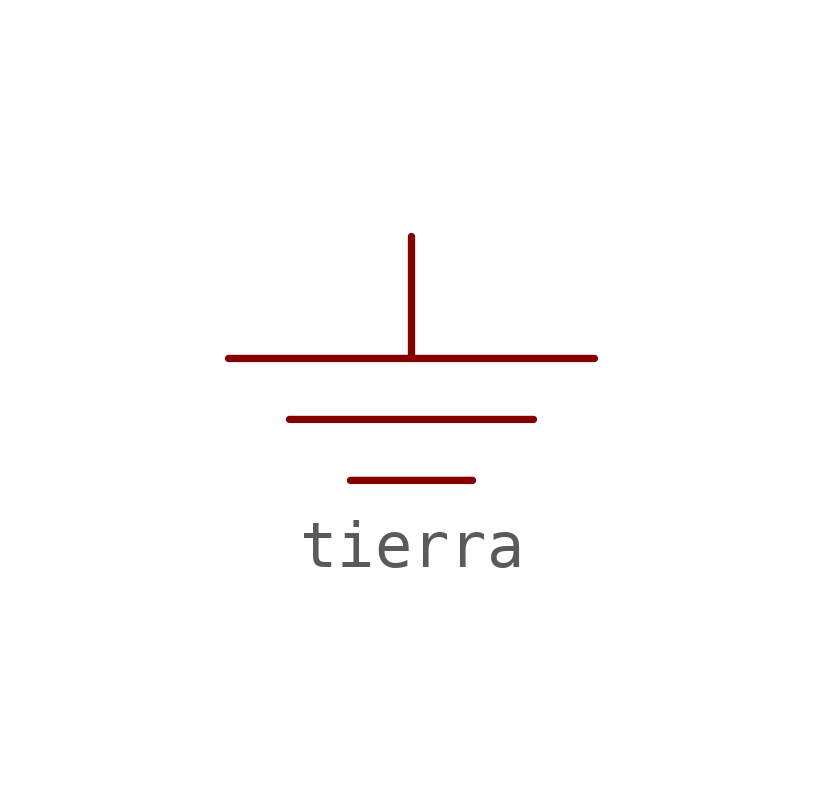
<source format=kicad_sym>
(kicad_symbol_lib
  (version 20211014)
  (generator kicad_symbol_editor)
  (symbol "tierra"
    (pin_names
      (offset 1.016))
    (property "Reference" "V"
      (at 0.635 -0.635 0)
      (effects (font (size 2.54 2.54)) (justify left) hide))
    (symbol "tierra_0_0"
      (polyline (pts (xy -3.81 -2.54) (xy 3.81 -2.54)) (stroke (width 0) (type default) (color 0 0 0 0)) (fill (type none)))
      (polyline (pts (xy -2.54 -3.81) (xy 2.54 -3.81)) (stroke (width 0) (type default) (color 0 0 0 0)) (fill (type none)))
      (polyline (pts (xy -1.27 -5.08) (xy 1.27 -5.08)) (stroke (width 0) (type default) (color 0 0 0 0)) (fill (type none))))
    (symbol "tierra_1_1"
      (pin input line (at 0 0 270) (length 2.54) (name "~" (effects (font (size 1.27 1.27)))) (number "~" (effects (font (size 1.143 1.143))))))))
</source>
